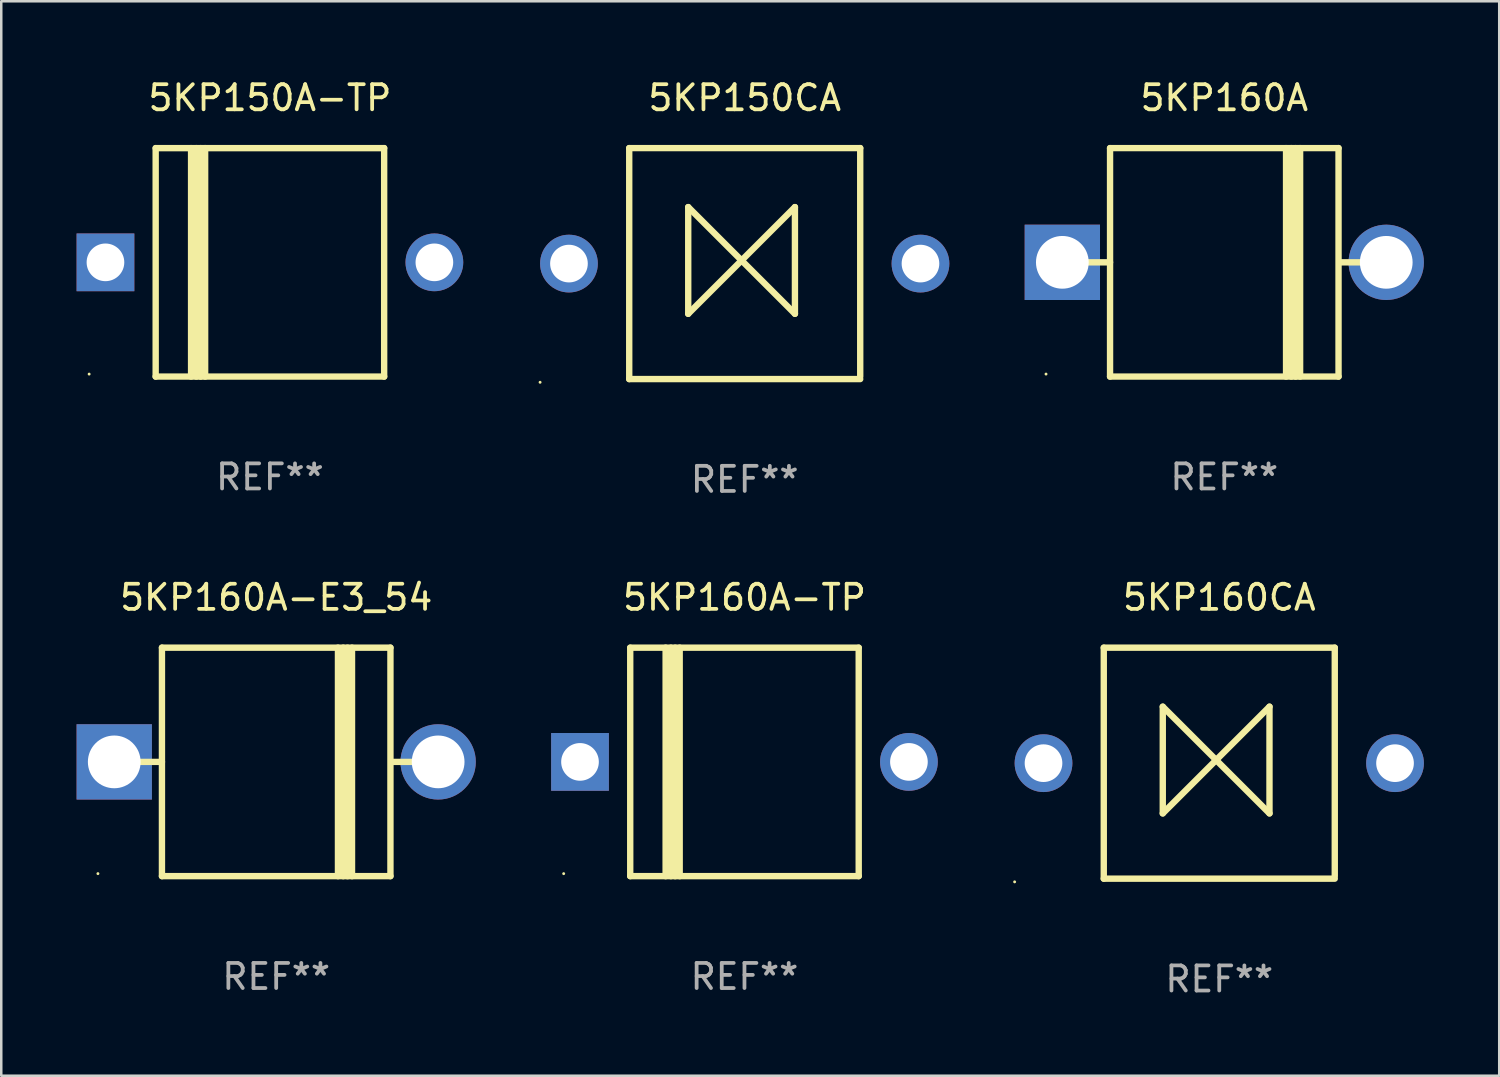
<source format=kicad_pcb>
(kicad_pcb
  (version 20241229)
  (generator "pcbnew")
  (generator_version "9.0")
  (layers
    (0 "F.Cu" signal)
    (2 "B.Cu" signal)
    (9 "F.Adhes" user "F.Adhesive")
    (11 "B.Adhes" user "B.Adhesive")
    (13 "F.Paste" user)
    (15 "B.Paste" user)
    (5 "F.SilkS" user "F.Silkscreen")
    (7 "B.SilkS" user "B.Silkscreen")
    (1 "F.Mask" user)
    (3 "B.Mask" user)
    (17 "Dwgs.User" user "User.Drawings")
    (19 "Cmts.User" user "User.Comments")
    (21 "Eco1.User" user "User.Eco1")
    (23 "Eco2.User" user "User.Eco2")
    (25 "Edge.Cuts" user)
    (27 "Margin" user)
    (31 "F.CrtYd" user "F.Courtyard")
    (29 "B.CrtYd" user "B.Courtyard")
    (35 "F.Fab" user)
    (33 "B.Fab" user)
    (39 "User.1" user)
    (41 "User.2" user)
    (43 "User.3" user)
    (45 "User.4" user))
  (footprint "5KP150CA"
    (layer "F.Cu")
    (at 26.61 7.448)
    (property "Reference" "5KP150CA" (at 0 -6.6 0) (layer "F.SilkS") (effects (font (size 1 1) (thickness 0.15))))
    (attr through_hole)
    (fp_line (start -4.6 -4.6) (end -4.6 4.6) (stroke (width 0.254) (type solid)) (layer "F.SilkS"))
    (fp_line (start -4.6 -4.6) (end 4.6 -4.6) (stroke (width 0.254) (type solid)) (layer "F.SilkS"))
    (fp_line (start -4.6 4.6) (end 4.6 4.6) (stroke (width 0.254) (type solid)) (layer "F.SilkS"))
    (fp_line (start -2.25 -2.25) (end -2.25 2) (stroke (width 0.254) (type solid)) (layer "F.SilkS"))
    (fp_line (start -2.25 2) (end 2 -2.25) (stroke (width 0.254) (type solid)) (layer "F.SilkS"))
    (fp_line (start 2 -2.25) (end 2 2) (stroke (width 0.254) (type solid)) (layer "F.SilkS"))
    (fp_line (start 2 2) (end -2.25 -2.25) (stroke (width 0.254) (type solid)) (layer "F.SilkS"))
    (fp_line (start 4.6 -4.6) (end 4.6 4.5) (stroke (width 0.254) (type solid)) (layer "F.SilkS"))
    (fp_circle (center -8.15 4.727) (end -8.12 4.727) (stroke (width 0.06) (type solid)) (fill no) (layer "F.SilkS"))
    (fp_text user "REF**" (at 0 8.6 0) (layer "F.Fab") (effects (font (size 1 1) (thickness 0.15))))
    (pad "1" thru_hole circle (at -7 0) (size 2.3 2.3) (drill 1.5) (layers "*.Cu" "*.Mask"))
    (pad "2" thru_hole circle (at 7 0) (size 2.3 2.3) (drill 1.5) (layers "*.Cu" "*.Mask")))
  (footprint "5KP160A"
    (layer "F.Cu")
    (at 45.71 7.399)
    (property "Reference" "5KP160A" (at 0 -6.551 0) (layer "F.SilkS") (effects (font (size 1 1) (thickness 0.15))))
    (attr through_hole)
    (fp_line (start -5.6 -0.001) (end -4.55 -0.001) (stroke (width 0.254) (type solid)) (layer "F.SilkS"))
    (fp_line (start -4.55 -4.551) (end -4.55 4.55) (stroke (width 0.254) (type solid)) (layer "F.SilkS"))
    (fp_line (start -4.55 -4.551) (end 4.55 -4.551) (stroke (width 0.254) (type solid)) (layer "F.SilkS"))
    (fp_line (start 2.46 4.55) (end 2.46 -4.551) (stroke (width 0.254) (type solid)) (layer "F.SilkS"))
    (fp_line (start 2.67 4.55) (end 2.67 -4.551) (stroke (width 0.254) (type solid)) (layer "F.SilkS"))
    (fp_line (start 2.841 4.551) (end 2.841 -4.55) (stroke (width 0.254) (type solid)) (layer "F.SilkS"))
    (fp_line (start 3.02 4.55) (end 3.02 -4.551) (stroke (width 0.254) (type solid)) (layer "F.SilkS"))
    (fp_line (start 4.55 4.55) (end 4.55 -4.551) (stroke (width 0.254) (type solid)) (layer "F.SilkS"))
    (fp_line (start 4.55 4.549) (end -4.55 4.549) (stroke (width 0.254) (type solid)) (layer "F.SilkS"))
    (fp_line (start 4.58 -0.001) (end 5.6 -0.001) (stroke (width 0.254) (type solid)) (layer "F.SilkS"))
    (fp_circle (center -7.1 4.449) (end -7.07 4.449) (stroke (width 0.06) (type solid)) (fill no) (layer "F.SilkS"))
    (fp_text user "REF**" (at 0 8.551 0) (layer "F.Fab") (effects (font (size 1 1) (thickness 0.15))))
    (pad "1" thru_hole rect (at -6.45 -0.001 180) (size 3 3) (drill 2.1) (layers "*.Cu" "*.Mask"))
    (pad "2" thru_hole circle (at 6.45 -0.001) (size 3 3) (drill 2.1) (layers "*.Cu" "*.Mask")))
  (footprint "5KP160A-E3_54"
    (layer "F.Cu")
    (at 7.95 27.295)
    (property "Reference" "5KP160A-E3_54" (at 0 -6.551 0) (layer "F.SilkS") (effects (font (size 1 1) (thickness 0.15))))
    (attr through_hole)
    (fp_line (start -5.6 -0.001) (end -4.55 -0.001) (stroke (width 0.254) (type solid)) (layer "F.SilkS"))
    (fp_line (start -4.55 -4.551) (end -4.55 4.55) (stroke (width 0.254) (type solid)) (layer "F.SilkS"))
    (fp_line (start -4.55 -4.551) (end 4.55 -4.551) (stroke (width 0.254) (type solid)) (layer "F.SilkS"))
    (fp_line (start 2.46 4.55) (end 2.46 -4.551) (stroke (width 0.254) (type solid)) (layer "F.SilkS"))
    (fp_line (start 2.67 4.55) (end 2.67 -4.551) (stroke (width 0.254) (type solid)) (layer "F.SilkS"))
    (fp_line (start 2.841 4.551) (end 2.841 -4.55) (stroke (width 0.254) (type solid)) (layer "F.SilkS"))
    (fp_line (start 3.02 4.55) (end 3.02 -4.551) (stroke (width 0.254) (type solid)) (layer "F.SilkS"))
    (fp_line (start 4.55 4.55) (end 4.55 -4.551) (stroke (width 0.254) (type solid)) (layer "F.SilkS"))
    (fp_line (start 4.55 4.549) (end -4.55 4.549) (stroke (width 0.254) (type solid)) (layer "F.SilkS"))
    (fp_line (start 4.58 -0.001) (end 5.6 -0.001) (stroke (width 0.254) (type solid)) (layer "F.SilkS"))
    (fp_circle (center -7.1 4.449) (end -7.07 4.449) (stroke (width 0.06) (type solid)) (fill no) (layer "F.SilkS"))
    (fp_text user "REF**" (at 0 8.551 0) (layer "F.Fab") (effects (font (size 1 1) (thickness 0.15))))
    (pad "1" thru_hole rect (at -6.45 -0.001 180) (size 3 3) (drill 2.1) (layers "*.Cu" "*.Mask"))
    (pad "2" thru_hole circle (at 6.45 -0.001) (size 3 3) (drill 2.1) (layers "*.Cu" "*.Mask")))
  (footprint "5KP160CA"
    (layer "F.Cu")
    (at 45.51 27.345)
    (property "Reference" "5KP160CA" (at 0 -6.6 0) (layer "F.SilkS") (effects (font (size 1 1) (thickness 0.15))))
    (attr through_hole)
    (fp_line (start -4.6 -4.6) (end -4.6 4.6) (stroke (width 0.254) (type solid)) (layer "F.SilkS"))
    (fp_line (start -4.6 -4.6) (end 4.6 -4.6) (stroke (width 0.254) (type solid)) (layer "F.SilkS"))
    (fp_line (start -4.6 4.6) (end 4.6 4.6) (stroke (width 0.254) (type solid)) (layer "F.SilkS"))
    (fp_line (start -2.25 -2.25) (end -2.25 2) (stroke (width 0.254) (type solid)) (layer "F.SilkS"))
    (fp_line (start -2.25 2) (end 2 -2.25) (stroke (width 0.254) (type solid)) (layer "F.SilkS"))
    (fp_line (start 2 -2.25) (end 2 2) (stroke (width 0.254) (type solid)) (layer "F.SilkS"))
    (fp_line (start 2 2) (end -2.25 -2.25) (stroke (width 0.254) (type solid)) (layer "F.SilkS"))
    (fp_line (start 4.6 -4.6) (end 4.6 4.5) (stroke (width 0.254) (type solid)) (layer "F.SilkS"))
    (fp_circle (center -8.15 4.727) (end -8.12 4.727) (stroke (width 0.06) (type solid)) (fill no) (layer "F.SilkS"))
    (fp_text user "REF**" (at 0 8.6 0) (layer "F.Fab") (effects (font (size 1 1) (thickness 0.15))))
    (pad "1" thru_hole circle (at -7 0) (size 2.3 2.3) (drill 1.5) (layers "*.Cu" "*.Mask"))
    (pad "2" thru_hole circle (at 7 0) (size 2.3 2.3) (drill 1.5) (layers "*.Cu" "*.Mask")))
  (footprint "5KP160A-TP"
    (layer "F.Cu")
    (at 26.6 27.295)
    (property "Reference" "5KP160A-TP" (at 0 -6.551 0) (layer "F.SilkS") (effects (font (size 1 1) (thickness 0.15))))
    (attr through_hole)
    (fp_line (start -4.55 -4.55) (end -4.55 4.55) (stroke (width 0.254) (type solid)) (layer "F.SilkS"))
    (fp_line (start -4.55 -4.55) (end 4.55 -4.55) (stroke (width 0.254) (type solid)) (layer "F.SilkS"))
    (fp_line (start -3.14 4.55) (end -3.14 -4.551) (stroke (width 0.254) (type solid)) (layer "F.SilkS"))
    (fp_line (start -2.93 4.55) (end -2.93 -4.551) (stroke (width 0.254) (type solid)) (layer "F.SilkS"))
    (fp_line (start -2.759 4.551) (end -2.759 -4.55) (stroke (width 0.254) (type solid)) (layer "F.SilkS"))
    (fp_line (start -2.58 4.55) (end -2.58 -4.551) (stroke (width 0.254) (type solid)) (layer "F.SilkS"))
    (fp_line (start 4.55 4.55) (end 4.55 -4.55) (stroke (width 0.254) (type solid)) (layer "F.SilkS"))
    (fp_line (start 4.55 4.549) (end -4.55 4.549) (stroke (width 0.254) (type solid)) (layer "F.SilkS"))
    (fp_circle (center -7.2 4.45) (end -7.17 4.45) (stroke (width 0.06) (type solid)) (fill no) (layer "F.SilkS"))
    (fp_text user "REF**" (at 0 8.551 0) (layer "F.Fab") (effects (font (size 1 1) (thickness 0.15))))
    (pad "1" thru_hole rect (at -6.55 -0.000483 180) (size 2.3 2.3) (drill 1.5) (layers "*.Cu" "*.Mask"))
    (pad "2" thru_hole circle (at 6.55 -0.000483) (size 2.3 2.3) (drill 1.5) (layers "*.Cu" "*.Mask")))
  (footprint "5KP150A-TP"
    (layer "F.Cu")
    (at 7.7 7.399)
    (property "Reference" "5KP150A-TP" (at 0 -6.551 0) (layer "F.SilkS") (effects (font (size 1 1) (thickness 0.15))))
    (attr through_hole)
    (fp_line (start -4.55 -4.55) (end -4.55 4.55) (stroke (width 0.254) (type solid)) (layer "F.SilkS"))
    (fp_line (start -4.55 -4.55) (end 4.55 -4.55) (stroke (width 0.254) (type solid)) (layer "F.SilkS"))
    (fp_line (start -3.14 4.55) (end -3.14 -4.551) (stroke (width 0.254) (type solid)) (layer "F.SilkS"))
    (fp_line (start -2.93 4.55) (end -2.93 -4.551) (stroke (width 0.254) (type solid)) (layer "F.SilkS"))
    (fp_line (start -2.759 4.551) (end -2.759 -4.55) (stroke (width 0.254) (type solid)) (layer "F.SilkS"))
    (fp_line (start -2.58 4.55) (end -2.58 -4.551) (stroke (width 0.254) (type solid)) (layer "F.SilkS"))
    (fp_line (start 4.55 4.55) (end 4.55 -4.55) (stroke (width 0.254) (type solid)) (layer "F.SilkS"))
    (fp_line (start 4.55 4.549) (end -4.55 4.549) (stroke (width 0.254) (type solid)) (layer "F.SilkS"))
    (fp_circle (center -7.2 4.45) (end -7.17 4.45) (stroke (width 0.06) (type solid)) (fill no) (layer "F.SilkS"))
    (fp_text user "REF**" (at 0 8.551 0) (layer "F.Fab") (effects (font (size 1 1) (thickness 0.15))))
    (pad "1" thru_hole rect (at -6.55 -0.000483 180) (size 2.3 2.3) (drill 1.5) (layers "*.Cu" "*.Mask"))
    (pad "2" thru_hole circle (at 6.55 -0.000483) (size 2.3 2.3) (drill 1.5) (layers "*.Cu" "*.Mask")))
  (gr_rect
    (start -3 -3)
    (end 56.66 39.793)
    (stroke (width 0.1) (type default))
    (fill no)
    (layer "Edge.Cuts")))
</source>
